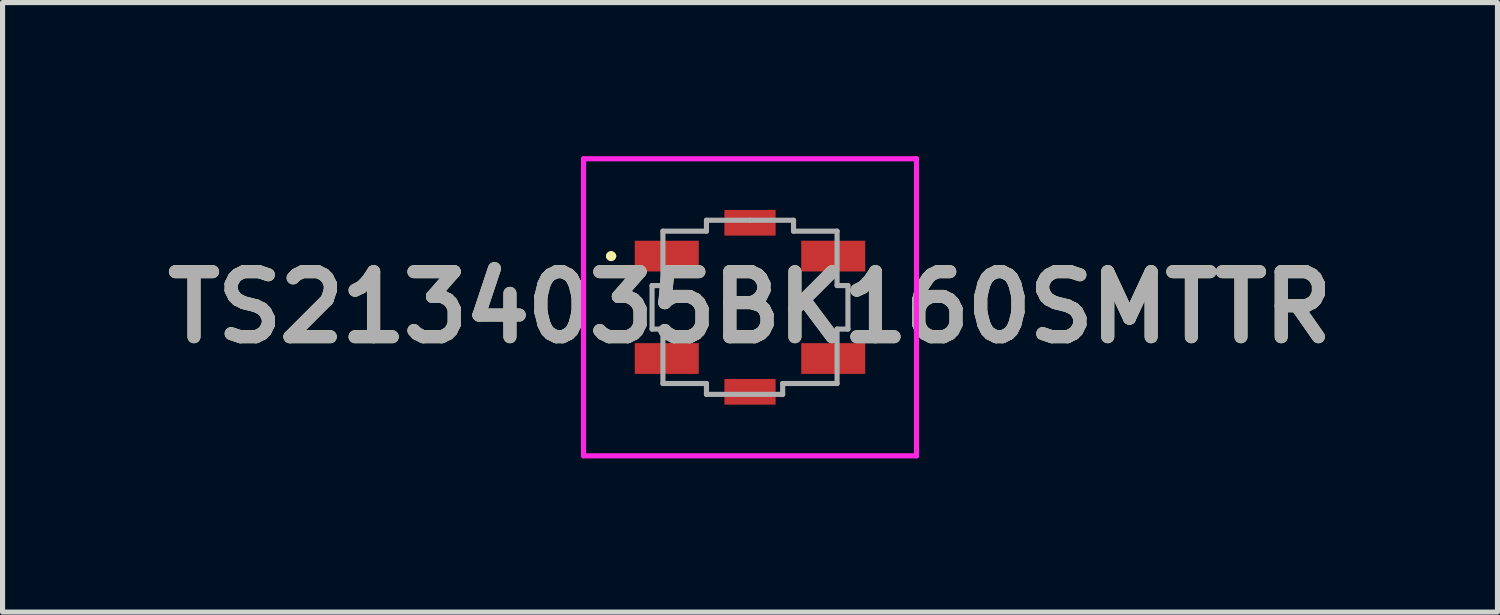
<source format=kicad_pcb>
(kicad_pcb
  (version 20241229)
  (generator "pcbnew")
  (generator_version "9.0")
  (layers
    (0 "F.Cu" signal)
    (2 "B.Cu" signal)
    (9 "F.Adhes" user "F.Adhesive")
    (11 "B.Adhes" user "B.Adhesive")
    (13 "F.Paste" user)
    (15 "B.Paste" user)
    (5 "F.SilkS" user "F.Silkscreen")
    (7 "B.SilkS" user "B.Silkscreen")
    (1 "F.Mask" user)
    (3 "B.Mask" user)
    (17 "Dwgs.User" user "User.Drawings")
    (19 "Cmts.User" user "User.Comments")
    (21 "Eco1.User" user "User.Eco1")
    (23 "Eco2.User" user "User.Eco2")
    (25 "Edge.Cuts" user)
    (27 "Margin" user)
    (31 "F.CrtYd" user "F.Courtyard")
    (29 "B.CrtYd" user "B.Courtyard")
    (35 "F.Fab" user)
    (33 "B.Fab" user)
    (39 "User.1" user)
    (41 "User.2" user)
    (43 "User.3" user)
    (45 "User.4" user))
  (footprint "TS2134035BK160SMTTR"
    (layer "F.Cu")
    (at 11.593 2.95)
    (property "Reference" "TS2134035BK160SMTTR" (at 0 0 0) (layer "F.SilkS") (effects (font (size 1.27 1.27) (thickness 0.254))))
    (attr smd)
    (fp_line (start -2.762 -1) (end -2.762 -1) (stroke (width 0.1) (type solid)) (layer "F.SilkS"))
    (fp_line (start -2.662 -1) (end -2.662 -1) (stroke (width 0.1) (type solid)) (layer "F.SilkS"))
    (fp_arc (start -2.762 -1) (mid -2.712 -1.05) (end -2.662 -1) (stroke (width 0.1) (type solid)) (layer "F.SilkS"))
    (fp_arc (start -2.662 -1) (mid -2.712 -0.95) (end -2.762 -1) (stroke (width 0.1) (type solid)) (layer "F.SilkS"))
    (fp_line (start -3.25 -2.9) (end 3.25 -2.9) (stroke (width 0.1) (type solid)) (layer "F.CrtYd"))
    (fp_line (start -3.25 2.9) (end -3.25 -2.9) (stroke (width 0.1) (type solid)) (layer "F.CrtYd"))
    (fp_line (start 3.25 -2.9) (end 3.25 2.9) (stroke (width 0.1) (type solid)) (layer "F.CrtYd"))
    (fp_line (start 3.25 2.9) (end -3.25 2.9) (stroke (width 0.1) (type solid)) (layer "F.CrtYd"))
    (fp_line (start -1.912 -0.425) (end -1.912 0.425) (stroke (width 0.1) (type solid)) (layer "F.Fab"))
    (fp_line (start -1.912 0.425) (end -1.7 0.425) (stroke (width 0.1) (type solid)) (layer "F.Fab"))
    (fp_line (start -1.7 -1.487) (end -1.7 -0.425) (stroke (width 0.1) (type solid)) (layer "F.Fab"))
    (fp_line (start -1.7 -0.425) (end -1.912 -0.425) (stroke (width 0.1) (type solid)) (layer "F.Fab"))
    (fp_line (start -1.7 0.425) (end -1.7 1.488) (stroke (width 0.1) (type solid)) (layer "F.Fab"))
    (fp_line (start -1.7 1.488) (end -0.85 1.488) (stroke (width 0.1) (type solid)) (layer "F.Fab"))
    (fp_line (start -0.85 -1.7) (end -0.85 -1.487) (stroke (width 0.1) (type solid)) (layer "F.Fab"))
    (fp_line (start -0.85 -1.487) (end -1.7 -1.487) (stroke (width 0.1) (type solid)) (layer "F.Fab"))
    (fp_line (start -0.85 1.488) (end -0.85 1.7) (stroke (width 0.1) (type solid)) (layer "F.Fab"))
    (fp_line (start -0.85 1.7) (end 0.638 1.7) (stroke (width 0.1) (type solid)) (layer "F.Fab"))
    (fp_line (start 0 -1.7) (end -0.85 -1.7) (stroke (width 0.1) (type solid)) (layer "F.Fab"))
    (fp_line (start 0.638 1.488) (end 1.7 1.488) (stroke (width 0.1) (type solid)) (layer "F.Fab"))
    (fp_line (start 0.638 1.7) (end 0.638 1.488) (stroke (width 0.1) (type solid)) (layer "F.Fab"))
    (fp_line (start 0.85 -1.7) (end 0 -1.7) (stroke (width 0.1) (type solid)) (layer "F.Fab"))
    (fp_line (start 0.85 -1.487) (end 0.85 -1.7) (stroke (width 0.1) (type solid)) (layer "F.Fab"))
    (fp_line (start 1.7 -1.487) (end 0.85 -1.487) (stroke (width 0.1) (type solid)) (layer "F.Fab"))
    (fp_line (start 1.7 -0.425) (end 1.7 -1.487) (stroke (width 0.1) (type solid)) (layer "F.Fab"))
    (fp_line (start 1.7 0.425) (end 1.912 0.425) (stroke (width 0.1) (type solid)) (layer "F.Fab"))
    (fp_line (start 1.7 1.488) (end 1.7 0.425) (stroke (width 0.1) (type solid)) (layer "F.Fab"))
    (fp_line (start 1.912 -0.425) (end 1.7 -0.425) (stroke (width 0.1) (type solid)) (layer "F.Fab"))
    (fp_line (start 1.912 0.425) (end 1.912 -0.425) (stroke (width 0.1) (type solid)) (layer "F.Fab"))
    (fp_text user "${REFERENCE}" (at 0 0 0) (layer "F.Fab") (effects (font (size 1.27 1.27) (thickness 0.254))))
    (pad "1" smd rect (at -1.625 -1 90) (size 0.6 1.25) (layers "F.Cu" "F.Mask" "F.Paste"))
    (pad "2" smd rect (at 1.625 -1 90) (size 0.6 1.25) (layers "F.Cu" "F.Mask" "F.Paste"))
    (pad "3" smd rect (at -1.625 1 90) (size 0.6 1.25) (layers "F.Cu" "F.Mask" "F.Paste"))
    (pad "4" smd rect (at 1.625 1 90) (size 0.6 1.25) (layers "F.Cu" "F.Mask" "F.Paste"))
    (pad "MP1" smd rect (at 0 -1.65 90) (size 0.5 1) (layers "F.Cu" "F.Mask" "F.Paste"))
    (pad "MP2" smd rect (at 0 1.65 90) (size 0.5 1) (layers "F.Cu" "F.Mask" "F.Paste")))
  (gr_rect
    (start -3 -3)
    (end 26.187 8.9)
    (stroke (width 0.1) (type default))
    (fill no)
    (layer "Edge.Cuts")))
</source>
